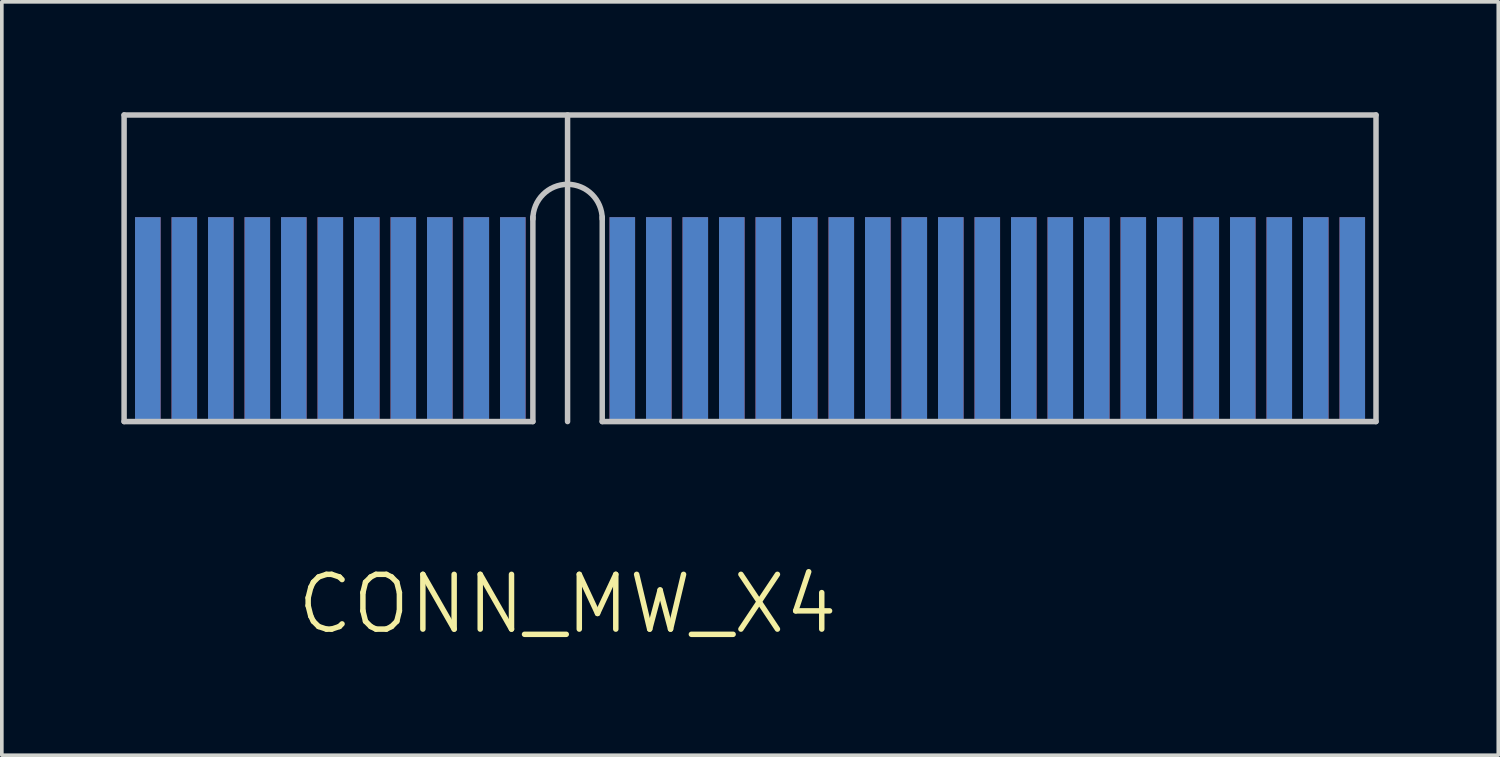
<source format=kicad_pcb>
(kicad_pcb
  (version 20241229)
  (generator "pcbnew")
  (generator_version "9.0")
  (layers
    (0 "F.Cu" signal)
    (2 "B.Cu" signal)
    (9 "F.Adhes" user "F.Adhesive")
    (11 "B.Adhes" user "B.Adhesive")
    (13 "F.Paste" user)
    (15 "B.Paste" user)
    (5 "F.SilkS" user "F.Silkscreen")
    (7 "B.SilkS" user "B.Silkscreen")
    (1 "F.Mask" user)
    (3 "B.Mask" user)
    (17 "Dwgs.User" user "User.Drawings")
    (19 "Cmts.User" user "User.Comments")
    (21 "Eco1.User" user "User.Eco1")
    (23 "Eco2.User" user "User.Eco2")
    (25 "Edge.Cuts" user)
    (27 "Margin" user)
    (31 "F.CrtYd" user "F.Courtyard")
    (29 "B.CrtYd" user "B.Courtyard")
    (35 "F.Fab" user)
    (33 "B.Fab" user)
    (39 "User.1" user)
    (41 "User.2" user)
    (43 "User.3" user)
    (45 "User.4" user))
  (footprint "CONN_MW_X4"
    (layer "F.Cu")
    (at 12.5 8.5)
    (property "Reference" "CONN_MW_X4" (at 0 5 0) (layer "F.SilkS") (effects (font (size 1.5 1.5) (thickness 0.15))))
    (attr smd)
    (fp_line (start -12.15 -8.4) (end 22.15 -8.4) (stroke (width 0.15) (type solid)) (layer "Dwgs.User"))
    (fp_line (start -12.15 0) (end -12.15 -8.4) (stroke (width 0.15) (type solid)) (layer "Dwgs.User"))
    (fp_line (start -0.95 0) (end -12.15 0) (stroke (width 0.15) (type solid)) (layer "Dwgs.User"))
    (fp_line (start -0.95 0) (end -0.95 -5.6) (stroke (width 0.15) (type solid)) (layer "Dwgs.User"))
    (fp_line (start 0 -8.4) (end 0 0) (stroke (width 0.15) (type solid)) (layer "Dwgs.User"))
    (fp_line (start 0.95 -5.6) (end 0.95 0) (stroke (width 0.15) (type solid)) (layer "Dwgs.User"))
    (fp_line (start 0.95 0) (end 22.15 0) (stroke (width 0.15) (type solid)) (layer "Dwgs.User"))
    (fp_line (start 22.15 0) (end 22.15 -8.4) (stroke (width 0.15) (type solid)) (layer "Dwgs.User"))
    (fp_arc (start -0.95 -5.55) (mid 0 -6.5) (end 0.95 -5.55) (stroke (width 0.15) (type solid)) (layer "Dwgs.User"))
    (pad "" smd rect (at 5 -4) (size 35 9) (layers "F.Mask"))
    (pad "" smd rect (at 5 -4) (size 35 9) (layers "B.Mask"))
    (pad "B1" smd rect (at -11.5 -2.8) (size 0.7 5.6) (layers "F.Cu" "F.Mask" "F.Paste"))
    (pad "B1" smd rect (at -11.5 -2.8) (size 0.7 5.6) (layers "B.Cu" "B.Mask" "B.Paste"))
    (pad "B2" smd rect (at -10.5 -2.8) (size 0.7 5.6) (layers "F.Cu" "F.Mask" "F.Paste"))
    (pad "B2" smd rect (at -10.5 -2.8) (size 0.7 5.6) (layers "B.Cu" "B.Mask" "B.Paste"))
    (pad "B3" smd rect (at -9.5 -2.8) (size 0.7 5.6) (layers "F.Cu" "F.Mask" "F.Paste"))
    (pad "B3" smd rect (at -9.5 -2.8) (size 0.7 5.6) (layers "B.Cu" "B.Mask" "B.Paste"))
    (pad "B4" smd rect (at -8.5 -2.8) (size 0.7 5.6) (layers "F.Cu" "F.Mask" "F.Paste"))
    (pad "B4" smd rect (at -8.5 -2.8) (size 0.7 5.6) (layers "B.Cu" "B.Mask" "B.Paste"))
    (pad "B5" smd rect (at -7.5 -2.8) (size 0.7 5.6) (layers "F.Cu" "F.Mask" "F.Paste"))
    (pad "B5" smd rect (at -7.5 -2.8) (size 0.7 5.6) (layers "B.Cu" "B.Mask" "B.Paste"))
    (pad "B6" smd rect (at -6.5 -2.8) (size 0.7 5.6) (layers "F.Cu" "F.Mask" "F.Paste"))
    (pad "B6" smd rect (at -6.5 -2.8) (size 0.7 5.6) (layers "B.Cu" "B.Mask" "B.Paste"))
    (pad "B7" smd rect (at -5.5 -2.8) (size 0.7 5.6) (layers "F.Cu" "F.Mask" "F.Paste"))
    (pad "B7" smd rect (at -5.5 -2.8) (size 0.7 5.6) (layers "B.Cu" "B.Mask" "B.Paste"))
    (pad "B8" smd rect (at -4.5 -2.8) (size 0.7 5.6) (layers "F.Cu" "F.Mask" "F.Paste"))
    (pad "B8" smd rect (at -4.5 -2.8) (size 0.7 5.6) (layers "B.Cu" "B.Mask" "B.Paste"))
    (pad "B9" smd rect (at -3.5 -2.8) (size 0.7 5.6) (layers "F.Cu" "F.Mask" "F.Paste"))
    (pad "B9" smd rect (at -3.5 -2.8) (size 0.7 5.6) (layers "B.Cu" "B.Mask" "B.Paste"))
    (pad "B10" smd rect (at -2.5 -2.8) (size 0.7 5.6) (layers "F.Cu" "F.Mask" "F.Paste"))
    (pad "B10" smd rect (at -2.5 -2.8) (size 0.7 5.6) (layers "B.Cu" "B.Mask" "B.Paste"))
    (pad "B11" smd rect (at -1.5 -2.8) (size 0.7 5.6) (layers "F.Cu" "F.Mask" "F.Paste"))
    (pad "B11" smd rect (at -1.5 -2.8) (size 0.7 5.6) (layers "B.Cu" "B.Mask" "B.Paste"))
    (pad "B12" smd rect (at 1.5 -2.8) (size 0.7 5.6) (layers "F.Cu" "F.Mask" "F.Paste"))
    (pad "B12" smd rect (at 1.5 -2.8) (size 0.7 5.6) (layers "B.Cu" "B.Mask" "B.Paste"))
    (pad "B13" smd rect (at 2.5 -2.8) (size 0.7 5.6) (layers "F.Cu" "F.Mask" "F.Paste"))
    (pad "B13" smd rect (at 2.5 -2.8) (size 0.7 5.6) (layers "B.Cu" "B.Mask" "B.Paste"))
    (pad "B14" smd rect (at 3.5 -2.8) (size 0.7 5.6) (layers "F.Cu" "F.Mask" "F.Paste"))
    (pad "B14" smd rect (at 3.5 -2.8) (size 0.7 5.6) (layers "B.Cu" "B.Mask" "B.Paste"))
    (pad "B15" smd rect (at 4.5 -2.8) (size 0.7 5.6) (layers "F.Cu" "F.Mask" "F.Paste"))
    (pad "B15" smd rect (at 4.5 -2.8) (size 0.7 5.6) (layers "B.Cu" "B.Mask" "B.Paste"))
    (pad "B16" smd rect (at 5.5 -2.8) (size 0.7 5.6) (layers "F.Cu" "F.Mask" "F.Paste"))
    (pad "B16" smd rect (at 5.5 -2.8) (size 0.7 5.6) (layers "B.Cu" "B.Mask" "B.Paste"))
    (pad "B17" smd rect (at 6.5 -2.8) (size 0.7 5.6) (layers "F.Cu" "F.Mask" "F.Paste"))
    (pad "B17" smd rect (at 6.5 -2.8) (size 0.7 5.6) (layers "B.Cu" "B.Mask" "B.Paste"))
    (pad "B18" smd rect (at 7.5 -2.8) (size 0.7 5.6) (layers "F.Cu" "F.Mask" "F.Paste"))
    (pad "B18" smd rect (at 7.5 -2.8) (size 0.7 5.6) (layers "B.Cu" "B.Mask" "B.Paste"))
    (pad "B19" smd rect (at 8.5 -2.8) (size 0.7 5.6) (layers "F.Cu" "F.Mask" "F.Paste"))
    (pad "B19" smd rect (at 8.5 -2.8) (size 0.7 5.6) (layers "B.Cu" "B.Mask" "B.Paste"))
    (pad "B20" smd rect (at 9.5 -2.8) (size 0.7 5.6) (layers "F.Cu" "F.Mask" "F.Paste"))
    (pad "B20" smd rect (at 9.5 -2.8) (size 0.7 5.6) (layers "B.Cu" "B.Mask" "B.Paste"))
    (pad "B21" smd rect (at 10.5 -2.8) (size 0.7 5.6) (layers "F.Cu" "F.Mask" "F.Paste"))
    (pad "B21" smd rect (at 10.5 -2.8) (size 0.7 5.6) (layers "B.Cu" "B.Mask" "B.Paste"))
    (pad "B22" smd rect (at 11.5 -2.8) (size 0.7 5.6) (layers "F.Cu" "F.Mask" "F.Paste"))
    (pad "B22" smd rect (at 11.5 -2.8) (size 0.7 5.6) (layers "B.Cu" "B.Mask" "B.Paste"))
    (pad "B23" smd rect (at 12.5 -2.8) (size 0.7 5.6) (layers "F.Cu" "F.Mask" "F.Paste"))
    (pad "B23" smd rect (at 12.5 -2.8) (size 0.7 5.6) (layers "B.Cu" "B.Mask" "B.Paste"))
    (pad "B24" smd rect (at 13.5 -2.8) (size 0.7 5.6) (layers "F.Cu" "F.Mask" "F.Paste"))
    (pad "B24" smd rect (at 13.5 -2.8) (size 0.7 5.6) (layers "B.Cu" "B.Mask" "B.Paste"))
    (pad "B25" smd rect (at 14.5 -2.8) (size 0.7 5.6) (layers "F.Cu" "F.Mask" "F.Paste"))
    (pad "B25" smd rect (at 14.5 -2.8) (size 0.7 5.6) (layers "B.Cu" "B.Mask" "B.Paste"))
    (pad "B26" smd rect (at 15.5 -2.8) (size 0.7 5.6) (layers "F.Cu" "F.Mask" "F.Paste"))
    (pad "B26" smd rect (at 15.5 -2.8) (size 0.7 5.6) (layers "B.Cu" "B.Mask" "B.Paste"))
    (pad "B27" smd rect (at 16.5 -2.8) (size 0.7 5.6) (layers "F.Cu" "F.Mask" "F.Paste"))
    (pad "B27" smd rect (at 16.5 -2.8) (size 0.7 5.6) (layers "B.Cu" "B.Mask" "B.Paste"))
    (pad "B28" smd rect (at 17.5 -2.8) (size 0.7 5.6) (layers "F.Cu" "F.Mask" "F.Paste"))
    (pad "B28" smd rect (at 17.5 -2.8) (size 0.7 5.6) (layers "B.Cu" "B.Mask" "B.Paste"))
    (pad "B29" smd rect (at 18.5 -2.8) (size 0.7 5.6) (layers "F.Cu" "F.Mask" "F.Paste"))
    (pad "B29" smd rect (at 18.5 -2.8) (size 0.7 5.6) (layers "B.Cu" "B.Mask" "B.Paste"))
    (pad "B30" smd rect (at 19.5 -2.8) (size 0.7 5.6) (layers "F.Cu" "F.Mask" "F.Paste"))
    (pad "B30" smd rect (at 19.5 -2.8) (size 0.7 5.6) (layers "B.Cu" "B.Mask" "B.Paste"))
    (pad "B31" smd rect (at 20.5 -2.8) (size 0.7 5.6) (layers "F.Cu" "F.Mask" "F.Paste"))
    (pad "B31" smd rect (at 20.5 -2.8) (size 0.7 5.6) (layers "B.Cu" "B.Mask" "B.Paste"))
    (pad "B32" smd rect (at 21.5 -2.8) (size 0.7 5.6) (layers "F.Cu" "F.Mask" "F.Paste"))
    (pad "B32" smd rect (at 21.5 -2.8) (size 0.7 5.6) (layers "B.Cu" "B.Mask" "B.Paste")))
  (gr_rect
    (start -3 -3)
    (end 38 17.641)
    (stroke (width 0.1) (type default))
    (fill no)
    (layer "Edge.Cuts")))
</source>
